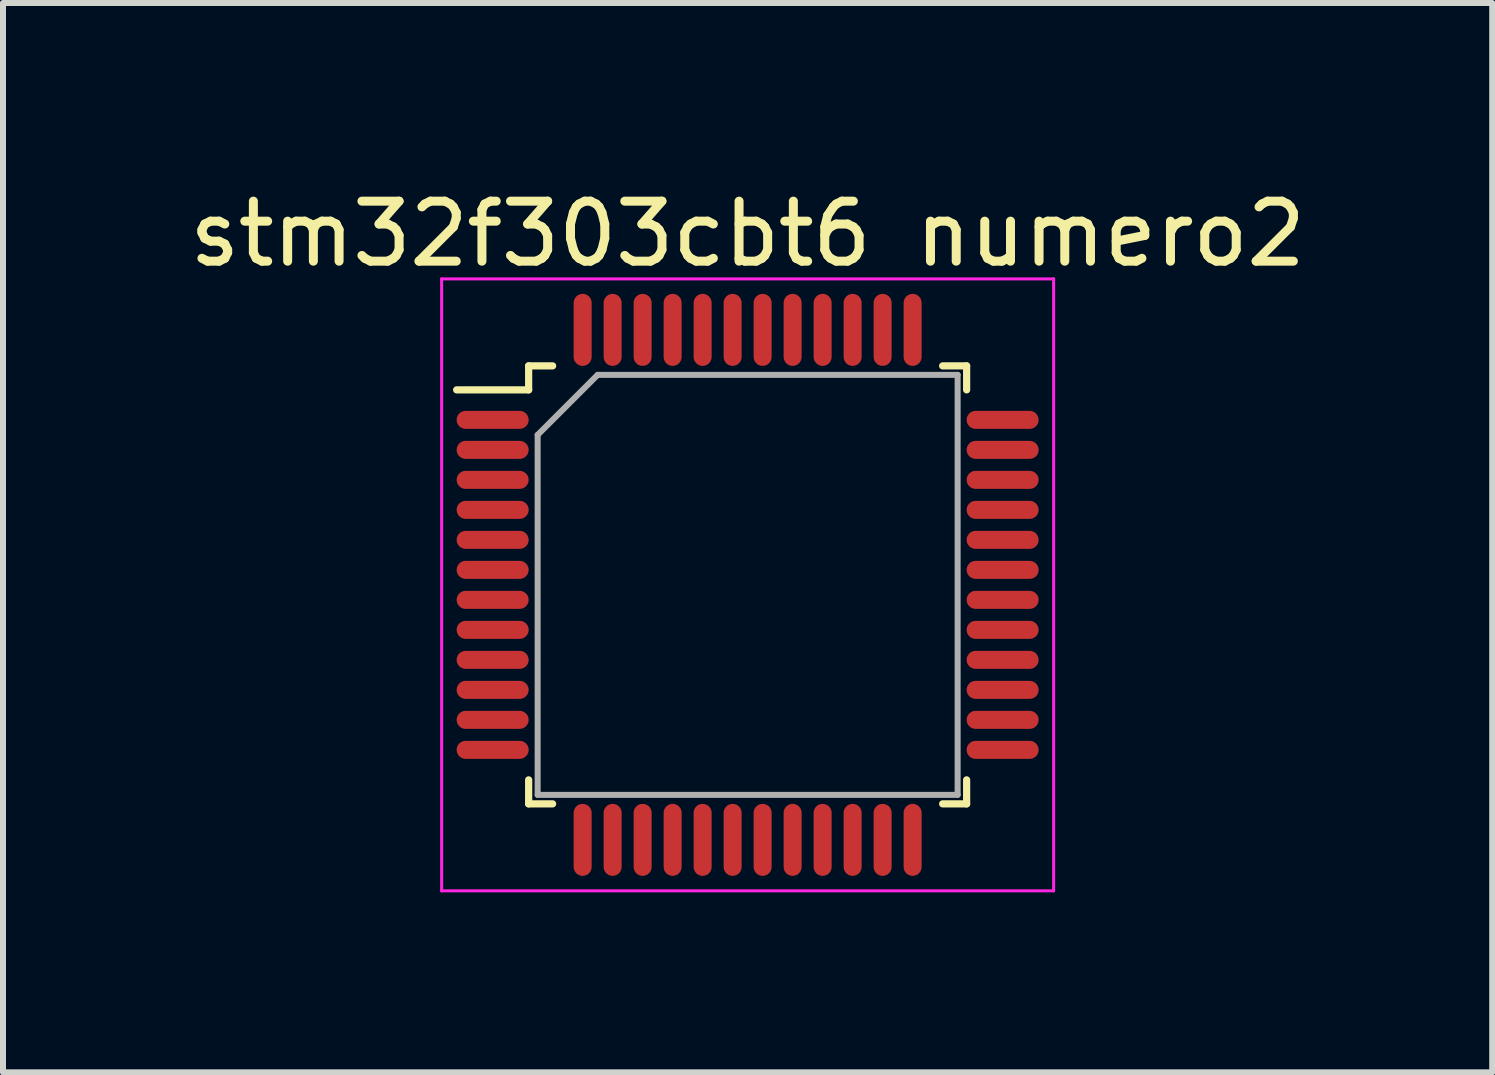
<source format=kicad_pcb>
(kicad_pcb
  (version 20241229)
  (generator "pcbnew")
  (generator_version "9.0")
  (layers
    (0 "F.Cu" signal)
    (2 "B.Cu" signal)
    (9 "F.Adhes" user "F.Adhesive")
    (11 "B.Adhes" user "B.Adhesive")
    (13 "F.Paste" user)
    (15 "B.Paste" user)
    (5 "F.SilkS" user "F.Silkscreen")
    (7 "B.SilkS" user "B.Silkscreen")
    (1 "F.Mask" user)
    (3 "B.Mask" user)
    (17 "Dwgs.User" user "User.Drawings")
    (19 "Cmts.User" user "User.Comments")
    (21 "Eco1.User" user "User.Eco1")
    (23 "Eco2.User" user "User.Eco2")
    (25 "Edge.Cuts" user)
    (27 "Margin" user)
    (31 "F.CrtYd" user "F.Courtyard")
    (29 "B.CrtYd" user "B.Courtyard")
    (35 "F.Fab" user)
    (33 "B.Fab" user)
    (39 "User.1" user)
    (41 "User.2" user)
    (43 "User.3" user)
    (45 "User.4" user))
  (footprint "stm32f303cbt6 numero2"
    (layer "F.Cu")
    (at 9.411 6.698)
    (property "Reference" "stm32f303cbt6 numero2" (at 0 -5.85 0) (layer "F.SilkS") (effects (font (size 1 1) (thickness 0.15))))
    (attr smd)
    (fp_line (start -3.65 -3.65) (end -3.65 -3.25) (stroke (width 0.12) (type default)) (layer "F.SilkS"))
    (fp_line (start -3.65 -3.25) (end -4.85 -3.25) (stroke (width 0.12) (type default)) (layer "F.SilkS"))
    (fp_line (start -3.65 3.65) (end -3.65 3.25) (stroke (width 0.12) (type default)) (layer "F.SilkS"))
    (fp_line (start -3.25 -3.65) (end -3.65 -3.65) (stroke (width 0.12) (type default)) (layer "F.SilkS"))
    (fp_line (start -3.25 3.65) (end -3.65 3.65) (stroke (width 0.12) (type default)) (layer "F.SilkS"))
    (fp_line (start 3.25 -3.65) (end 3.65 -3.65) (stroke (width 0.12) (type default)) (layer "F.SilkS"))
    (fp_line (start 3.25 3.65) (end 3.65 3.65) (stroke (width 0.12) (type default)) (layer "F.SilkS"))
    (fp_line (start 3.65 -3.65) (end 3.65 -3.25) (stroke (width 0.12) (type default)) (layer "F.SilkS"))
    (fp_line (start 3.65 3.65) (end 3.65 3.25) (stroke (width 0.12) (type default)) (layer "F.SilkS"))
    (fp_line (start -5.1 -5.1) (end 5.1 -5.1) (stroke (width 0.05) (type default)) (layer "F.CrtYd"))
    (fp_line (start -5.1 5.1) (end -5.1 -5.1) (stroke (width 0.05) (type default)) (layer "F.CrtYd"))
    (fp_line (start 5.1 -5.1) (end 5.1 5.1) (stroke (width 0.05) (type default)) (layer "F.CrtYd"))
    (fp_line (start 5.1 5.1) (end -5.1 5.1) (stroke (width 0.05) (type default)) (layer "F.CrtYd"))
    (fp_line (start -3.5 -2.5) (end -3.5 3.5) (stroke (width 0.1) (type default)) (layer "F.Fab"))
    (fp_line (start -3.5 3.5) (end 3.5 3.5) (stroke (width 0.1) (type default)) (layer "F.Fab"))
    (fp_line (start -2.5 -3.5) (end -3.5 -2.5) (stroke (width 0.1) (type default)) (layer "F.Fab"))
    (fp_line (start 3.5 -3.5) (end -2.5 -3.5) (stroke (width 0.1) (type default)) (layer "F.Fab"))
    (fp_line (start 3.5 3.5) (end 3.5 -3.5) (stroke (width 0.1) (type default)) (layer "F.Fab"))
    (pad "1" smd oval (at -4.25 -2.75 90) (size 0.3 1.2) (layers "F.Cu" "F.Mask" "F.Paste"))
    (pad "2" smd oval (at -4.25 -2.25 90) (size 0.3 1.2) (layers "F.Cu" "F.Mask" "F.Paste"))
    (pad "3" smd oval (at -4.25 -1.75 90) (size 0.3 1.2) (layers "F.Cu" "F.Mask" "F.Paste"))
    (pad "4" smd oval (at -4.25 -1.25 90) (size 0.3 1.2) (layers "F.Cu" "F.Mask" "F.Paste"))
    (pad "5" smd oval (at -4.25 -0.75 90) (size 0.3 1.2) (layers "F.Cu" "F.Mask" "F.Paste"))
    (pad "6" smd oval (at -4.25 -0.25 90) (size 0.3 1.2) (layers "F.Cu" "F.Mask" "F.Paste"))
    (pad "7" smd oval (at -4.25 0.25 90) (size 0.3 1.2) (layers "F.Cu" "F.Mask" "F.Paste"))
    (pad "8" smd oval (at -4.25 0.75 90) (size 0.3 1.2) (layers "F.Cu" "F.Mask" "F.Paste"))
    (pad "9" smd oval (at -4.25 1.25 90) (size 0.3 1.2) (layers "F.Cu" "F.Mask" "F.Paste"))
    (pad "10" smd oval (at -4.25 1.75 90) (size 0.3 1.2) (layers "F.Cu" "F.Mask" "F.Paste"))
    (pad "11" smd oval (at -4.25 2.25 90) (size 0.3 1.2) (layers "F.Cu" "F.Mask" "F.Paste"))
    (pad "12" smd oval (at -4.25 2.75 90) (size 0.3 1.2) (layers "F.Cu" "F.Mask" "F.Paste"))
    (pad "13" smd oval (at -2.75 4.25) (size 0.3 1.2) (layers "F.Cu" "F.Mask" "F.Paste"))
    (pad "14" smd oval (at -2.25 4.25) (size 0.3 1.2) (layers "F.Cu" "F.Mask" "F.Paste"))
    (pad "15" smd oval (at -1.75 4.25) (size 0.3 1.2) (layers "F.Cu" "F.Mask" "F.Paste"))
    (pad "16" smd oval (at -1.25 4.25) (size 0.3 1.2) (layers "F.Cu" "F.Mask" "F.Paste"))
    (pad "17" smd oval (at -0.75 4.25) (size 0.3 1.2) (layers "F.Cu" "F.Mask" "F.Paste"))
    (pad "18" smd oval (at -0.25 4.25) (size 0.3 1.2) (layers "F.Cu" "F.Mask" "F.Paste"))
    (pad "19" smd oval (at 0.25 4.25) (size 0.3 1.2) (layers "F.Cu" "F.Mask" "F.Paste"))
    (pad "20" smd oval (at 0.75 4.25) (size 0.3 1.2) (layers "F.Cu" "F.Mask" "F.Paste"))
    (pad "21" smd oval (at 1.25 4.25) (size 0.3 1.2) (layers "F.Cu" "F.Mask" "F.Paste"))
    (pad "22" smd oval (at 1.75 4.25) (size 0.3 1.2) (layers "F.Cu" "F.Mask" "F.Paste"))
    (pad "23" smd oval (at 2.25 4.25) (size 0.3 1.2) (layers "F.Cu" "F.Mask" "F.Paste"))
    (pad "24" smd oval (at 2.75 4.25) (size 0.3 1.2) (layers "F.Cu" "F.Mask" "F.Paste"))
    (pad "25" smd oval (at 4.25 2.75 90) (size 0.3 1.2) (layers "F.Cu" "F.Mask" "F.Paste"))
    (pad "26" smd oval (at 4.25 2.25 90) (size 0.3 1.2) (layers "F.Cu" "F.Mask" "F.Paste"))
    (pad "27" smd oval (at 4.25 1.75 90) (size 0.3 1.2) (layers "F.Cu" "F.Mask" "F.Paste"))
    (pad "28" smd oval (at 4.25 1.25 90) (size 0.3 1.2) (layers "F.Cu" "F.Mask" "F.Paste"))
    (pad "29" smd oval (at 4.25 0.75 90) (size 0.3 1.2) (layers "F.Cu" "F.Mask" "F.Paste"))
    (pad "30" smd oval (at 4.25 0.25 90) (size 0.3 1.2) (layers "F.Cu" "F.Mask" "F.Paste"))
    (pad "31" smd oval (at 4.25 -0.25 90) (size 0.3 1.2) (layers "F.Cu" "F.Mask" "F.Paste"))
    (pad "32" smd oval (at 4.25 -0.75 90) (size 0.3 1.2) (layers "F.Cu" "F.Mask" "F.Paste"))
    (pad "33" smd oval (at 4.25 -1.25 90) (size 0.3 1.2) (layers "F.Cu" "F.Mask" "F.Paste"))
    (pad "34" smd oval (at 4.25 -1.75 90) (size 0.3 1.2) (layers "F.Cu" "F.Mask" "F.Paste"))
    (pad "35" smd oval (at 4.25 -2.25 90) (size 0.3 1.2) (layers "F.Cu" "F.Mask" "F.Paste"))
    (pad "36" smd oval (at 4.25 -2.75 90) (size 0.3 1.2) (layers "F.Cu" "F.Mask" "F.Paste"))
    (pad "37" smd oval (at 2.75 -4.25) (size 0.3 1.2) (layers "F.Cu" "F.Mask" "F.Paste"))
    (pad "38" smd oval (at 2.25 -4.25) (size 0.3 1.2) (layers "F.Cu" "F.Mask" "F.Paste"))
    (pad "39" smd oval (at 1.75 -4.25) (size 0.3 1.2) (layers "F.Cu" "F.Mask" "F.Paste"))
    (pad "40" smd oval (at 1.25 -4.25) (size 0.3 1.2) (layers "F.Cu" "F.Mask" "F.Paste"))
    (pad "41" smd oval (at 0.75 -4.25) (size 0.3 1.2) (layers "F.Cu" "F.Mask" "F.Paste"))
    (pad "42" smd oval (at 0.25 -4.25) (size 0.3 1.2) (layers "F.Cu" "F.Mask" "F.Paste"))
    (pad "43" smd oval (at -0.25 -4.25) (size 0.3 1.2) (layers "F.Cu" "F.Mask" "F.Paste"))
    (pad "44" smd oval (at -0.75 -4.25) (size 0.3 1.2) (layers "F.Cu" "F.Mask" "F.Paste"))
    (pad "45" smd oval (at -1.25 -4.25) (size 0.3 1.2) (layers "F.Cu" "F.Mask" "F.Paste"))
    (pad "46" smd oval (at -1.75 -4.25) (size 0.3 1.2) (layers "F.Cu" "F.Mask" "F.Paste"))
    (pad "47" smd oval (at -2.25 -4.25) (size 0.3 1.2) (layers "F.Cu" "F.Mask" "F.Paste"))
    (pad "48" smd oval (at -2.75 -4.25) (size 0.3 1.2) (layers "F.Cu" "F.Mask" "F.Paste")))
  (gr_rect
    (start -3 -3)
    (end 21.821 14.823)
    (stroke (width 0.1) (type default))
    (fill no)
    (layer "Edge.Cuts")))
</source>
